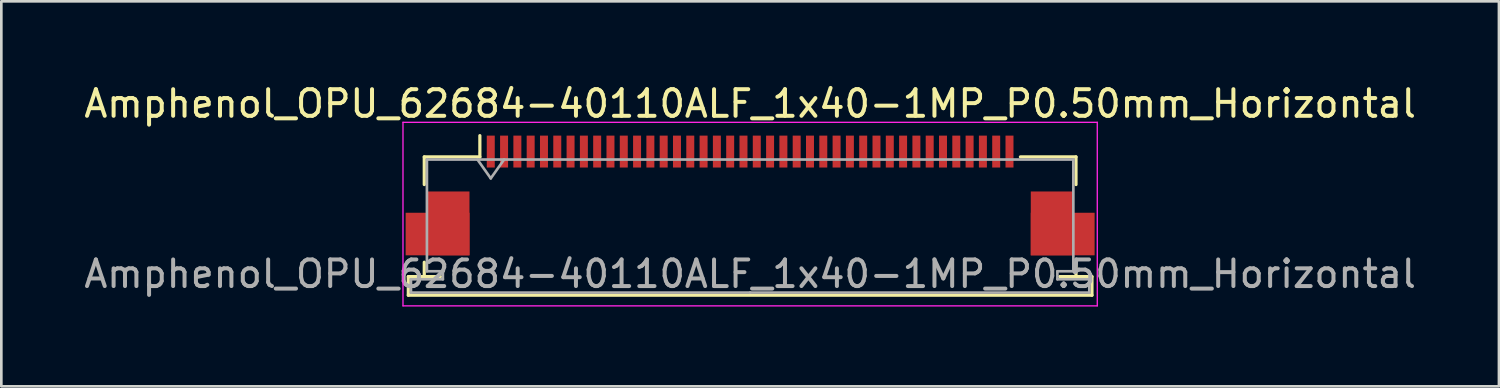
<source format=kicad_pcb>
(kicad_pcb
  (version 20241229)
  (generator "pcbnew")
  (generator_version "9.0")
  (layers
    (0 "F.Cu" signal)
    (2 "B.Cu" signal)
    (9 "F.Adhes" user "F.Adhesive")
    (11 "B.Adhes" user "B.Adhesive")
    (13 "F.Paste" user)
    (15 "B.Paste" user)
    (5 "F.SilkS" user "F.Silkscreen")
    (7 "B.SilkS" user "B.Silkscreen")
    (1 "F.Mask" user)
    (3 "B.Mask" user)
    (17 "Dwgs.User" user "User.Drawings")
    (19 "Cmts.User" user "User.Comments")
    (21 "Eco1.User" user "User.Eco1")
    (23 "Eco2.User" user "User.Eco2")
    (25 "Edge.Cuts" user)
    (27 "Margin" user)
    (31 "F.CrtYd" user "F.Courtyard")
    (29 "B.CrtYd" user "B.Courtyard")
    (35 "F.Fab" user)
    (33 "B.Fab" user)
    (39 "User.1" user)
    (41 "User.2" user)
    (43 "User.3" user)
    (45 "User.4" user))
  (footprint "Amphenol_OPU_62684-40110ALF_1x40-1MP_P0.50mm_Horizontal"
    (layer "F.Cu")
    (at 25.149 4.298)
    (property "Reference" "Amphenol_OPU_62684-40110ALF_1x40-1MP_P0.50mm_Horizontal" (at 0 -3.45 0) (layer "F.SilkS") (effects (font (size 1 1) (thickness 0.15))))
    (attr smd)
    (fp_line (start -12.85 3.05) (end -12.85 3.75) (stroke (width 0.12) (type solid)) (layer "F.SilkS"))
    (fp_line (start -12.85 3.75) (end 12.85 3.75) (stroke (width 0.12) (type solid)) (layer "F.SilkS"))
    (fp_line (start -12.25 -1.45) (end -12.25 -0.41) (stroke (width 0.12) (type solid)) (layer "F.SilkS"))
    (fp_line (start -12.25 2.51) (end -12.25 3.05) (stroke (width 0.12) (type solid)) (layer "F.SilkS"))
    (fp_line (start -12.25 3.05) (end -11.65 3.05) (stroke (width 0.12) (type solid)) (layer "F.SilkS"))
    (fp_line (start -11.65 3.05) (end -12.85 3.05) (stroke (width 0.12) (type solid)) (layer "F.SilkS"))
    (fp_line (start -10.16 -1.45) (end -12.25 -1.45) (stroke (width 0.12) (type solid)) (layer "F.SilkS"))
    (fp_line (start -10.16 -1.45) (end -10.16 -2.25) (stroke (width 0.12) (type solid)) (layer "F.SilkS"))
    (fp_line (start 10.16 -1.45) (end 12.25 -1.45) (stroke (width 0.12) (type solid)) (layer "F.SilkS"))
    (fp_line (start 11.65 3.05) (end 12.25 3.05) (stroke (width 0.12) (type solid)) (layer "F.SilkS"))
    (fp_line (start 12.25 -1.45) (end 12.25 -0.41) (stroke (width 0.12) (type solid)) (layer "F.SilkS"))
    (fp_line (start 12.25 3.05) (end 12.25 2.51) (stroke (width 0.12) (type solid)) (layer "F.SilkS"))
    (fp_line (start 12.85 3.05) (end 11.65 3.05) (stroke (width 0.12) (type solid)) (layer "F.SilkS"))
    (fp_line (start 12.85 3.75) (end 12.85 3.05) (stroke (width 0.12) (type solid)) (layer "F.SilkS"))
    (fp_line (start -13.05 -2.75) (end -13.05 4.15) (stroke (width 0.05) (type solid)) (layer "F.CrtYd"))
    (fp_line (start -13.05 4.15) (end 13.05 4.15) (stroke (width 0.05) (type solid)) (layer "F.CrtYd"))
    (fp_line (start 13.05 -2.75) (end -13.05 -2.75) (stroke (width 0.05) (type solid)) (layer "F.CrtYd"))
    (fp_line (start 13.05 4.15) (end 13.05 -2.75) (stroke (width 0.05) (type solid)) (layer "F.CrtYd"))
    (fp_line (start -12.75 3.15) (end -12.75 3.65) (stroke (width 0.1) (type solid)) (layer "F.Fab"))
    (fp_line (start -12.75 3.65) (end 0 3.65) (stroke (width 0.1) (type solid)) (layer "F.Fab"))
    (fp_line (start -12.15 -1.35) (end -12.15 2.85) (stroke (width 0.1) (type solid)) (layer "F.Fab"))
    (fp_line (start -12.15 2.85) (end -11.55 2.85) (stroke (width 0.1) (type solid)) (layer "F.Fab"))
    (fp_line (start -11.55 2.85) (end -11.55 3.15) (stroke (width 0.1) (type solid)) (layer "F.Fab"))
    (fp_line (start -11.55 3.15) (end -12.75 3.15) (stroke (width 0.1) (type solid)) (layer "F.Fab"))
    (fp_line (start -10.25 -1.35) (end -9.75 -0.643) (stroke (width 0.1) (type solid)) (layer "F.Fab"))
    (fp_line (start -9.75 -0.643) (end -9.25 -1.35) (stroke (width 0.1) (type solid)) (layer "F.Fab"))
    (fp_line (start 0 -1.35) (end -12.15 -1.35) (stroke (width 0.1) (type solid)) (layer "F.Fab"))
    (fp_line (start 0 -1.35) (end 12.15 -1.35) (stroke (width 0.1) (type solid)) (layer "F.Fab"))
    (fp_line (start 11.55 2.85) (end 11.55 3.15) (stroke (width 0.1) (type solid)) (layer "F.Fab"))
    (fp_line (start 11.55 3.15) (end 12.75 3.15) (stroke (width 0.1) (type solid)) (layer "F.Fab"))
    (fp_line (start 12.15 -1.35) (end 12.15 2.85) (stroke (width 0.1) (type solid)) (layer "F.Fab"))
    (fp_line (start 12.15 2.85) (end 11.55 2.85) (stroke (width 0.1) (type solid)) (layer "F.Fab"))
    (fp_line (start 12.75 3.15) (end 12.75 3.65) (stroke (width 0.1) (type solid)) (layer "F.Fab"))
    (fp_line (start 12.75 3.65) (end 0 3.65) (stroke (width 0.1) (type solid)) (layer "F.Fab"))
    (fp_text user "${REFERENCE}" (at 0 2.95 0) (layer "F.Fab") (effects (font (size 1 1) (thickness 0.15))))
    (pad "1" smd rect (at -9.75 -1.65) (size 0.3 1.2) (layers "F.Cu" "F.Mask" "F.Paste"))
    (pad "2" smd rect (at -9.25 -1.65) (size 0.3 1.2) (layers "F.Cu" "F.Mask" "F.Paste"))
    (pad "3" smd rect (at -8.75 -1.65) (size 0.3 1.2) (layers "F.Cu" "F.Mask" "F.Paste"))
    (pad "4" smd rect (at -8.25 -1.65) (size 0.3 1.2) (layers "F.Cu" "F.Mask" "F.Paste"))
    (pad "5" smd rect (at -7.75 -1.65) (size 0.3 1.2) (layers "F.Cu" "F.Mask" "F.Paste"))
    (pad "6" smd rect (at -7.25 -1.65) (size 0.3 1.2) (layers "F.Cu" "F.Mask" "F.Paste"))
    (pad "7" smd rect (at -6.75 -1.65) (size 0.3 1.2) (layers "F.Cu" "F.Mask" "F.Paste"))
    (pad "8" smd rect (at -6.25 -1.65) (size 0.3 1.2) (layers "F.Cu" "F.Mask" "F.Paste"))
    (pad "9" smd rect (at -5.75 -1.65) (size 0.3 1.2) (layers "F.Cu" "F.Mask" "F.Paste"))
    (pad "10" smd rect (at -5.25 -1.65) (size 0.3 1.2) (layers "F.Cu" "F.Mask" "F.Paste"))
    (pad "11" smd rect (at -4.75 -1.65) (size 0.3 1.2) (layers "F.Cu" "F.Mask" "F.Paste"))
    (pad "12" smd rect (at -4.25 -1.65) (size 0.3 1.2) (layers "F.Cu" "F.Mask" "F.Paste"))
    (pad "13" smd rect (at -3.75 -1.65) (size 0.3 1.2) (layers "F.Cu" "F.Mask" "F.Paste"))
    (pad "14" smd rect (at -3.25 -1.65) (size 0.3 1.2) (layers "F.Cu" "F.Mask" "F.Paste"))
    (pad "15" smd rect (at -2.75 -1.65) (size 0.3 1.2) (layers "F.Cu" "F.Mask" "F.Paste"))
    (pad "16" smd rect (at -2.25 -1.65) (size 0.3 1.2) (layers "F.Cu" "F.Mask" "F.Paste"))
    (pad "17" smd rect (at -1.75 -1.65) (size 0.3 1.2) (layers "F.Cu" "F.Mask" "F.Paste"))
    (pad "18" smd rect (at -1.25 -1.65) (size 0.3 1.2) (layers "F.Cu" "F.Mask" "F.Paste"))
    (pad "19" smd rect (at -0.75 -1.65) (size 0.3 1.2) (layers "F.Cu" "F.Mask" "F.Paste"))
    (pad "20" smd rect (at -0.25 -1.65) (size 0.3 1.2) (layers "F.Cu" "F.Mask" "F.Paste"))
    (pad "21" smd rect (at 0.25 -1.65) (size 0.3 1.2) (layers "F.Cu" "F.Mask" "F.Paste"))
    (pad "22" smd rect (at 0.75 -1.65) (size 0.3 1.2) (layers "F.Cu" "F.Mask" "F.Paste"))
    (pad "23" smd rect (at 1.25 -1.65) (size 0.3 1.2) (layers "F.Cu" "F.Mask" "F.Paste"))
    (pad "24" smd rect (at 1.75 -1.65) (size 0.3 1.2) (layers "F.Cu" "F.Mask" "F.Paste"))
    (pad "25" smd rect (at 2.25 -1.65) (size 0.3 1.2) (layers "F.Cu" "F.Mask" "F.Paste"))
    (pad "26" smd rect (at 2.75 -1.65) (size 0.3 1.2) (layers "F.Cu" "F.Mask" "F.Paste"))
    (pad "27" smd rect (at 3.25 -1.65) (size 0.3 1.2) (layers "F.Cu" "F.Mask" "F.Paste"))
    (pad "28" smd rect (at 3.75 -1.65) (size 0.3 1.2) (layers "F.Cu" "F.Mask" "F.Paste"))
    (pad "29" smd rect (at 4.25 -1.65) (size 0.3 1.2) (layers "F.Cu" "F.Mask" "F.Paste"))
    (pad "30" smd rect (at 4.75 -1.65) (size 0.3 1.2) (layers "F.Cu" "F.Mask" "F.Paste"))
    (pad "31" smd rect (at 5.25 -1.65) (size 0.3 1.2) (layers "F.Cu" "F.Mask" "F.Paste"))
    (pad "32" smd rect (at 5.75 -1.65) (size 0.3 1.2) (layers "F.Cu" "F.Mask" "F.Paste"))
    (pad "33" smd rect (at 6.25 -1.65) (size 0.3 1.2) (layers "F.Cu" "F.Mask" "F.Paste"))
    (pad "34" smd rect (at 6.75 -1.65) (size 0.3 1.2) (layers "F.Cu" "F.Mask" "F.Paste"))
    (pad "35" smd rect (at 7.25 -1.65) (size 0.3 1.2) (layers "F.Cu" "F.Mask" "F.Paste"))
    (pad "36" smd rect (at 7.75 -1.65) (size 0.3 1.2) (layers "F.Cu" "F.Mask" "F.Paste"))
    (pad "37" smd rect (at 8.25 -1.65) (size 0.3 1.2) (layers "F.Cu" "F.Mask" "F.Paste"))
    (pad "38" smd rect (at 8.75 -1.65) (size 0.3 1.2) (layers "F.Cu" "F.Mask" "F.Paste"))
    (pad "39" smd rect (at 9.25 -1.65) (size 0.3 1.2) (layers "F.Cu" "F.Mask" "F.Paste"))
    (pad "40" smd rect (at 9.75 -1.65) (size 0.3 1.2) (layers "F.Cu" "F.Mask" "F.Paste"))
    (pad "MP" smd rect (at -11.75 1.45) (size 2.4 1.6) (layers "F.Cu" "F.Mask" "F.Paste"))
    (pad "MP" smd rect (at -11.35 1.05) (size 1.6 2.4) (layers "F.Cu" "F.Mask" "F.Paste"))
    (pad "MP" smd rect (at 11.35 1.05) (size 1.6 2.4) (layers "F.Cu" "F.Mask" "F.Paste"))
    (pad "MP" smd rect (at 11.75 1.45) (size 2.4 1.6) (layers "F.Cu" "F.Mask" "F.Paste")))
  (gr_rect
    (start -3 -3)
    (end 53.298 11.473)
    (stroke (width 0.1) (type default))
    (fill no)
    (layer "Edge.Cuts")))
</source>
